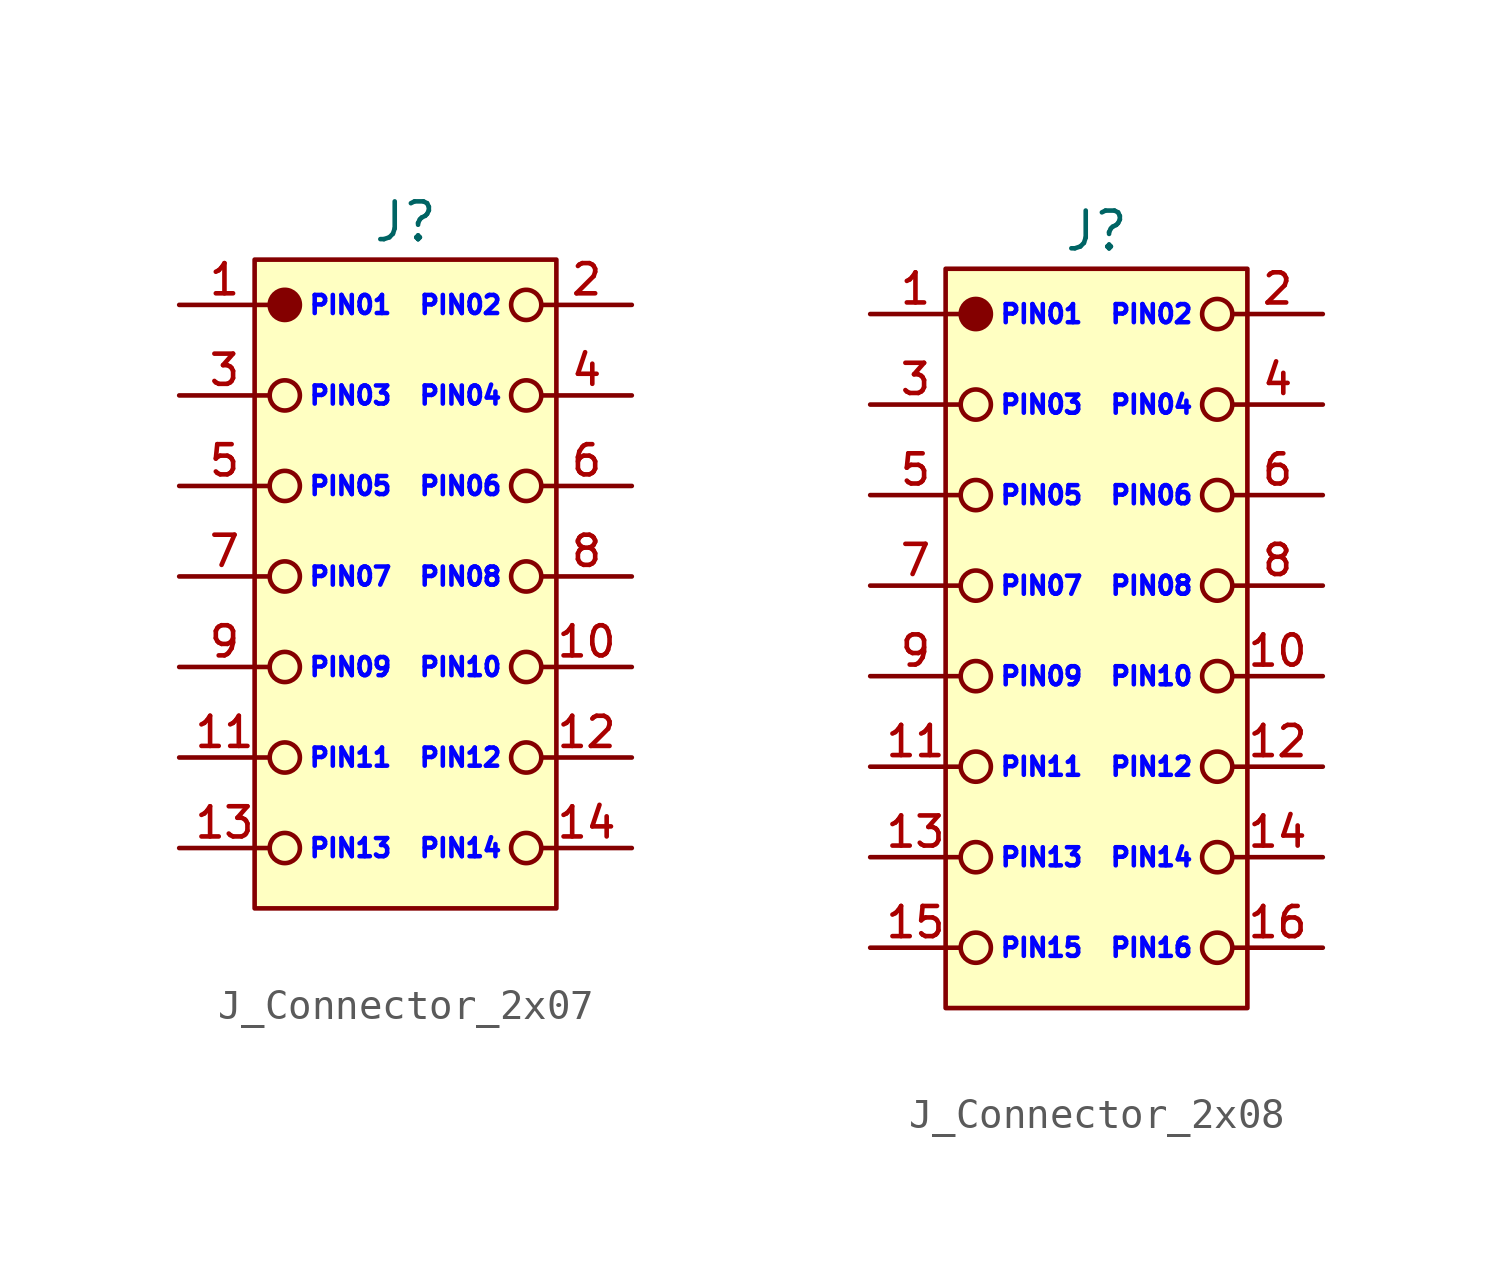
<source format=kicad_sym>
(kicad_symbol_lib
  (version 20241209)
  (generator "kicad_symbol_editor")
  (generator_version "9.0")
  (symbol "J_Connector_2x07"
    (pin_names
      (offset 0)
      (hide yes))
    (property "Reference" "J"
      (at 7.5 2.75 0)
      (do_not_autoplace)
      (effects (font (size 1.25 1.25))))
    (property "PIN_01" "PIN01"
      (at 4.25 0 0)
      (do_not_autoplace)
      (effects (font (size 0.6 0.6) (color 0 0 255 1)) (justify left)))
    (property "PIN_02" "PIN02"
      (at 10.75 0 0)
      (do_not_autoplace)
      (effects (font (size 0.6 0.6) (color 0 0 255 1)) (justify right)))
    (property "PIN_03" "PIN03"
      (at 4.25 -3 0)
      (do_not_autoplace)
      (effects (font (size 0.6 0.6) (color 0 0 255 1)) (justify left)))
    (property "PIN_04" "PIN04"
      (at 10.75 -3 0)
      (do_not_autoplace)
      (effects (font (size 0.6 0.6) (color 0 0 255 1)) (justify right)))
    (property "PIN_05" "PIN05"
      (at 4.25 -6 0)
      (do_not_autoplace)
      (effects (font (size 0.6 0.6) (color 0 0 255 1)) (justify left)))
    (property "PIN_06" "PIN06"
      (at 10.75 -6 0)
      (do_not_autoplace)
      (effects (font (size 0.6 0.6) (color 0 0 255 1)) (justify right)))
    (property "PIN_07" "PIN07"
      (at 4.25 -9 0)
      (do_not_autoplace)
      (effects (font (size 0.6 0.6) (color 0 0 255 1)) (justify left)))
    (property "PIN_08" "PIN08"
      (at 10.75 -9 0)
      (do_not_autoplace)
      (effects (font (size 0.6 0.6) (color 0 0 255 1)) (justify right)))
    (property "PIN_09" "PIN09"
      (at 4.25 -12 0)
      (do_not_autoplace)
      (effects (font (size 0.6 0.6) (color 0 0 255 1)) (justify left)))
    (property "PIN_10" "PIN10"
      (at 10.75 -12 0)
      (do_not_autoplace)
      (effects (font (size 0.6 0.6) (color 0 0 255 1)) (justify right)))
    (property "PIN_11" "PIN11"
      (at 4.25 -15 0)
      (do_not_autoplace)
      (effects (font (size 0.6 0.6) (color 0 0 255 1)) (justify left)))
    (property "PIN_12" "PIN12"
      (at 10.75 -15 0)
      (do_not_autoplace)
      (effects (font (size 0.6 0.6) (color 0 0 255 1)) (justify right)))
    (property "PIN_13" "PIN13"
      (at 4.25 -18 0)
      (do_not_autoplace)
      (effects (font (size 0.6 0.6) (color 0 0 255 1)) (justify left)))
    (property "PIN_14" "PIN14"
      (at 10.75 -18 0)
      (do_not_autoplace)
      (effects (font (size 0.6 0.6) (color 0 0 255 1)) (justify right)))
    (symbol "J_Connector_2x07_0_1"
      (circle (center 3.5 -3) (radius 0.5) (stroke (width 0) (type default)) (fill (type none)))
      (circle (center 3.5 -6) (radius 0.5) (stroke (width 0) (type default)) (fill (type none)))
      (circle (center 3.5 -9) (radius 0.5) (stroke (width 0) (type default)) (fill (type none)))
      (circle (center 3.5 -12) (radius 0.5) (stroke (width 0) (type default)) (fill (type none)))
      (circle (center 3.5 -15) (radius 0.5) (stroke (width 0) (type default)) (fill (type none)))
      (circle (center 3.5 -18) (radius 0.5) (stroke (width 0) (type default)) (fill (type none)))
      (circle (center 11.5 0) (radius 0.5) (stroke (width 0) (type default)) (fill (type none)))
      (circle (center 11.5 -3) (radius 0.5) (stroke (width 0) (type default)) (fill (type none)))
      (circle (center 11.5 -6) (radius 0.5) (stroke (width 0) (type default)) (fill (type none)))
      (circle (center 11.5 -9) (radius 0.5) (stroke (width 0) (type default)) (fill (type none)))
      (circle (center 11.5 -12) (radius 0.5) (stroke (width 0) (type default)) (fill (type none)))
      (circle (center 11.5 -15) (radius 0.5) (stroke (width 0) (type default)) (fill (type none)))
      (circle (center 11.5 -18) (radius 0.5) (stroke (width 0) (type default)) (fill (type none))))
    (symbol "J_Connector_2x07_1_1"
      (rectangle (start 2.5 1.5) (end 12.5 -20) (stroke (width 0) (type default)) (fill (type background)))
      (circle (center 3.5 0) (radius 0.5) (stroke (width 0) (type default)) (fill (type outline)))
      (pin passive line (at 0 0 0) (length 3) (name "1" (effects (font (size 1 1)))) (number "1" (effects (font (size 1 1)))))
      (pin passive line (at 0 -3 0) (length 3) (name "3" (effects (font (size 1 1)))) (number "3" (effects (font (size 1 1)))))
      (pin passive line (at 0 -6 0) (length 3) (name "5" (effects (font (size 1 1)))) (number "5" (effects (font (size 1 1)))))
      (pin passive line (at 0 -9 0) (length 3) (name "7" (effects (font (size 1 1)))) (number "7" (effects (font (size 1 1)))))
      (pin passive line (at 0 -12 0) (length 3) (name "9" (effects (font (size 1 1)))) (number "9" (effects (font (size 1 1)))))
      (pin passive line (at 0 -15 0) (length 3) (name "11" (effects (font (size 1 1)))) (number "11" (effects (font (size 1 1)))))
      (pin passive line (at 0 -18 0) (length 3) (name "13" (effects (font (size 1 1)))) (number "13" (effects (font (size 1 1)))))
      (pin passive line (at 15 0 180) (length 3) (name "2" (effects (font (size 1 1)))) (number "2" (effects (font (size 1 1)))))
      (pin passive line (at 15 -3 180) (length 3) (name "4" (effects (font (size 1 1)))) (number "4" (effects (font (size 1 1)))))
      (pin passive line (at 15 -6 180) (length 3) (name "6" (effects (font (size 1 1)))) (number "6" (effects (font (size 1 1)))))
      (pin passive line (at 15 -9 180) (length 3) (name "8" (effects (font (size 1 1)))) (number "8" (effects (font (size 1 1)))))
      (pin passive line (at 15 -12 180) (length 3) (name "10" (effects (font (size 1 1)))) (number "10" (effects (font (size 1 1)))))
      (pin passive line (at 15 -15 180) (length 3) (name "12" (effects (font (size 1 1)))) (number "12" (effects (font (size 1 1)))))
      (pin passive line (at 15 -18 180) (length 3) (name "14" (effects (font (size 1 1)))) (number "14" (effects (font (size 1 1)))))))
  (symbol "J_Connector_2x08"
    (pin_names
      (offset 0)
      (hide yes))
    (property "Reference" "J"
      (at 7.5 2.75 0)
      (do_not_autoplace)
      (effects (font (size 1.25 1.25))))
    (property "PIN_01" "PIN01"
      (at 4.25 0 0)
      (do_not_autoplace)
      (effects (font (size 0.6 0.6) (color 0 0 255 1)) (justify left)))
    (property "PIN_02" "PIN02"
      (at 10.75 0 0)
      (do_not_autoplace)
      (effects (font (size 0.6 0.6) (color 0 0 255 1)) (justify right)))
    (property "PIN_03" "PIN03"
      (at 4.25 -3 0)
      (do_not_autoplace)
      (effects (font (size 0.6 0.6) (color 0 0 255 1)) (justify left)))
    (property "PIN_04" "PIN04"
      (at 10.75 -3 0)
      (do_not_autoplace)
      (effects (font (size 0.6 0.6) (color 0 0 255 1)) (justify right)))
    (property "PIN_05" "PIN05"
      (at 4.25 -6 0)
      (do_not_autoplace)
      (effects (font (size 0.6 0.6) (color 0 0 255 1)) (justify left)))
    (property "PIN_06" "PIN06"
      (at 10.75 -6 0)
      (do_not_autoplace)
      (effects (font (size 0.6 0.6) (color 0 0 255 1)) (justify right)))
    (property "PIN_07" "PIN07"
      (at 4.25 -9 0)
      (do_not_autoplace)
      (effects (font (size 0.6 0.6) (color 0 0 255 1)) (justify left)))
    (property "PIN_08" "PIN08"
      (at 10.75 -9 0)
      (do_not_autoplace)
      (effects (font (size 0.6 0.6) (color 0 0 255 1)) (justify right)))
    (property "PIN_09" "PIN09"
      (at 4.25 -12 0)
      (do_not_autoplace)
      (effects (font (size 0.6 0.6) (color 0 0 255 1)) (justify left)))
    (property "PIN_10" "PIN10"
      (at 10.75 -12 0)
      (do_not_autoplace)
      (effects (font (size 0.6 0.6) (color 0 0 255 1)) (justify right)))
    (property "PIN_11" "PIN11"
      (at 4.25 -15 0)
      (do_not_autoplace)
      (effects (font (size 0.6 0.6) (color 0 0 255 1)) (justify left)))
    (property "PIN_12" "PIN12"
      (at 10.75 -15 0)
      (do_not_autoplace)
      (effects (font (size 0.6 0.6) (color 0 0 255 1)) (justify right)))
    (property "PIN_13" "PIN13"
      (at 4.25 -18 0)
      (do_not_autoplace)
      (effects (font (size 0.6 0.6) (color 0 0 255 1)) (justify left)))
    (property "PIN_14" "PIN14"
      (at 10.75 -18 0)
      (do_not_autoplace)
      (effects (font (size 0.6 0.6) (color 0 0 255 1)) (justify right)))
    (property "PIN_15" "PIN15"
      (at 4.25 -21 0)
      (do_not_autoplace)
      (effects (font (size 0.6 0.6) (color 0 0 255 1)) (justify left)))
    (property "PIN_16" "PIN16"
      (at 10.75 -21 0)
      (do_not_autoplace)
      (effects (font (size 0.6 0.6) (color 0 0 255 1)) (justify right)))
    (symbol "J_Connector_2x08_0_1"
      (circle (center 3.5 -3) (radius 0.5) (stroke (width 0) (type default)) (fill (type none)))
      (circle (center 3.5 -6) (radius 0.5) (stroke (width 0) (type default)) (fill (type none)))
      (circle (center 3.5 -9) (radius 0.5) (stroke (width 0) (type default)) (fill (type none)))
      (circle (center 3.5 -12) (radius 0.5) (stroke (width 0) (type default)) (fill (type none)))
      (circle (center 3.5 -15) (radius 0.5) (stroke (width 0) (type default)) (fill (type none)))
      (circle (center 3.5 -18) (radius 0.5) (stroke (width 0) (type default)) (fill (type none)))
      (circle (center 3.5 -21) (radius 0.5) (stroke (width 0) (type default)) (fill (type none)))
      (circle (center 11.5 0) (radius 0.5) (stroke (width 0) (type default)) (fill (type none)))
      (circle (center 11.5 -3) (radius 0.5) (stroke (width 0) (type default)) (fill (type none)))
      (circle (center 11.5 -6) (radius 0.5) (stroke (width 0) (type default)) (fill (type none)))
      (circle (center 11.5 -9) (radius 0.5) (stroke (width 0) (type default)) (fill (type none)))
      (circle (center 11.5 -12) (radius 0.5) (stroke (width 0) (type default)) (fill (type none)))
      (circle (center 11.5 -15) (radius 0.5) (stroke (width 0) (type default)) (fill (type none)))
      (circle (center 11.5 -18) (radius 0.5) (stroke (width 0) (type default)) (fill (type none)))
      (circle (center 11.5 -21) (radius 0.5) (stroke (width 0) (type default)) (fill (type none))))
    (symbol "J_Connector_2x08_1_1"
      (rectangle (start 2.5 1.5) (end 12.5 -23) (stroke (width 0) (type default)) (fill (type background)))
      (circle (center 3.5 0) (radius 0.5) (stroke (width 0) (type default)) (fill (type outline)))
      (pin passive line (at 0 0 0) (length 3) (name "1" (effects (font (size 1 1)))) (number "1" (effects (font (size 1 1)))))
      (pin passive line (at 0 -3 0) (length 3) (name "3" (effects (font (size 1 1)))) (number "3" (effects (font (size 1 1)))))
      (pin passive line (at 0 -6 0) (length 3) (name "5" (effects (font (size 1 1)))) (number "5" (effects (font (size 1 1)))))
      (pin passive line (at 0 -9 0) (length 3) (name "7" (effects (font (size 1 1)))) (number "7" (effects (font (size 1 1)))))
      (pin passive line (at 0 -12 0) (length 3) (name "9" (effects (font (size 1 1)))) (number "9" (effects (font (size 1 1)))))
      (pin passive line (at 0 -15 0) (length 3) (name "11" (effects (font (size 1 1)))) (number "11" (effects (font (size 1 1)))))
      (pin passive line (at 0 -18 0) (length 3) (name "13" (effects (font (size 1 1)))) (number "13" (effects (font (size 1 1)))))
      (pin passive line (at 0 -21 0) (length 3) (name "15" (effects (font (size 1 1)))) (number "15" (effects (font (size 1 1)))))
      (pin passive line (at 15 0 180) (length 3) (name "2" (effects (font (size 1 1)))) (number "2" (effects (font (size 1 1)))))
      (pin passive line (at 15 -3 180) (length 3) (name "4" (effects (font (size 1 1)))) (number "4" (effects (font (size 1 1)))))
      (pin passive line (at 15 -6 180) (length 3) (name "6" (effects (font (size 1 1)))) (number "6" (effects (font (size 1 1)))))
      (pin passive line (at 15 -9 180) (length 3) (name "8" (effects (font (size 1 1)))) (number "8" (effects (font (size 1 1)))))
      (pin passive line (at 15 -12 180) (length 3) (name "10" (effects (font (size 1 1)))) (number "10" (effects (font (size 1 1)))))
      (pin passive line (at 15 -15 180) (length 3) (name "12" (effects (font (size 1 1)))) (number "12" (effects (font (size 1 1)))))
      (pin passive line (at 15 -18 180) (length 3) (name "14" (effects (font (size 1 1)))) (number "14" (effects (font (size 1 1)))))
      (pin passive line (at 15 -21 180) (length 3) (name "16" (effects (font (size 1 1)))) (number "16" (effects (font (size 1 1))))))))
</source>
